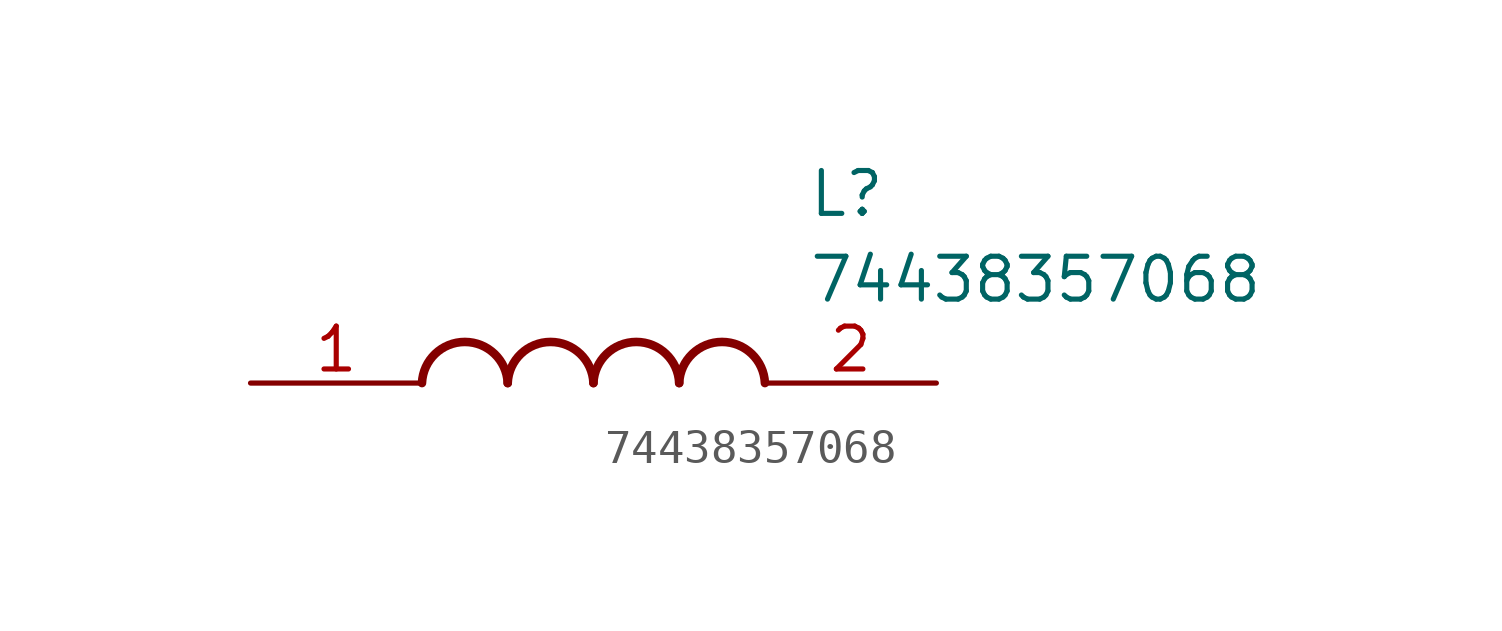
<source format=kicad_sym>
(kicad_symbol_lib
  (version 20211014)
  (generator SamacSys_ECAD_Model)
  (symbol "74438357068"
    (pin_names hide)
    (property "Reference" "L"
      (at 16.51 6.35 0)
      (effects (font (size 1.27 1.27)) (justify left top)))
    (property "Value" "74438357068"
      (at 16.51 3.81 0)
      (effects (font (size 1.27 1.27)) (justify left top)))
    (arc
      (start 7.62 0)
      (mid 6.35 1.219)
      (end 5.08 0)
      (stroke (width 0.254) (type default))
      (fill (type none)))
    (arc
      (start 10.16 0)
      (mid 8.89 1.219)
      (end 7.62 0)
      (stroke (width 0.254) (type default))
      (fill (type none)))
    (arc
      (start 12.7 0)
      (mid 11.43 1.219)
      (end 10.16 0)
      (stroke (width 0.254) (type default))
      (fill (type none)))
    (arc
      (start 15.24 0)
      (mid 13.97 1.219)
      (end 12.7 0)
      (stroke (width 0.254) (type default))
      (fill (type none)))
    (pin passive line
      (at 0 0 0)
      (length 5.08)
      (name "1" (effects (font (size 1.27 1.27))))
      (number "1" (effects (font (size 1.27 1.27)))))
    (pin passive line
      (at 20.32 0 180)
      (length 5.08)
      (name "2" (effects (font (size 1.27 1.27))))
      (number "2" (effects (font (size 1.27 1.27)))))))
</source>
